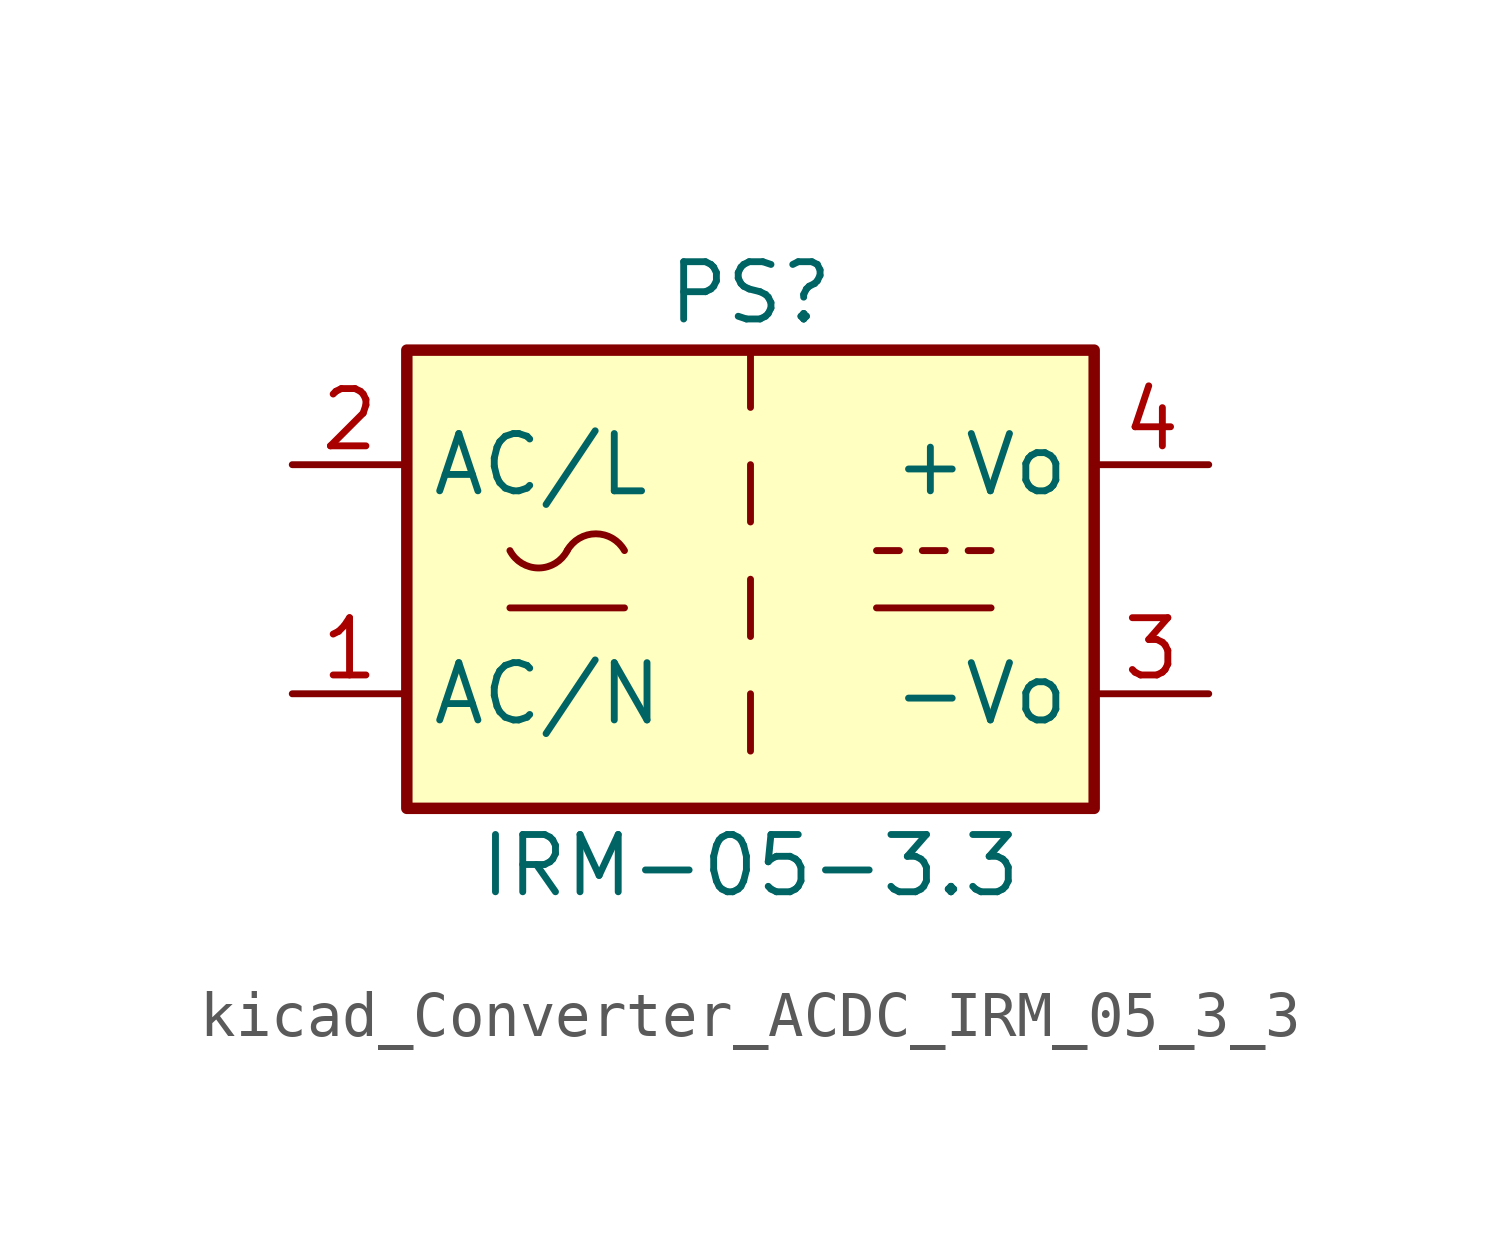
<source format=kicad_sym>
(kicad_symbol_lib
  (version 20220914)
  (generator kicad_symbol_editor)
  (symbol "kicad_Converter_ACDC_IRM_05_3_3"
    (property "Reference" "PS"
      (at 0 6.35 0)
      (effects (font (size 1.27 1.27))))
    (property "Value" "IRM-05-3.3"
      (at 0 -6.35 0)
      (effects (font (size 1.27 1.27))))
    (symbol "kicad_Converter_ACDC_IRM_05_3_3_0_1"
      (rectangle (start -7.62 5.08) (end 7.62 -5.08) (stroke (width 0.254) (type default)) (fill (type background)))
      (arc (start -5.334 0.635) (mid -4.699 0.2495) (end -4.064 0.635) (stroke (width 0) (type default)) (fill (type none)))
      (arc (start -2.794 0.635) (mid -3.429 1.0072) (end -4.064 0.635) (stroke (width 0) (type default)) (fill (type none)))
      (polyline (pts (xy -5.334 -0.635) (xy -2.794 -0.635)) (stroke (width 0) (type default)) (fill (type none)))
      (polyline (pts (xy 0 -2.54) (xy 0 -3.81)) (stroke (width 0) (type default)) (fill (type none)))
      (polyline (pts (xy 0 0) (xy 0 -1.27)) (stroke (width 0) (type default)) (fill (type none)))
      (polyline (pts (xy 0 2.54) (xy 0 1.27)) (stroke (width 0) (type default)) (fill (type none)))
      (polyline (pts (xy 0 5.08) (xy 0 3.81)) (stroke (width 0) (type default)) (fill (type none)))
      (polyline (pts (xy 2.794 -0.635) (xy 5.334 -0.635)) (stroke (width 0) (type default)) (fill (type none)))
      (polyline (pts (xy 2.794 0.635) (xy 3.302 0.635)) (stroke (width 0) (type default)) (fill (type none)))
      (polyline (pts (xy 3.81 0.635) (xy 4.318 0.635)) (stroke (width 0) (type default)) (fill (type none)))
      (polyline (pts (xy 4.826 0.635) (xy 5.334 0.635)) (stroke (width 0) (type default)) (fill (type none))))
    (symbol "kicad_Converter_ACDC_IRM_05_3_3_1_1"
      (pin power_in line (at -10.16 -2.54 0) (length 2.54) (name "AC/N" (effects (font (size 1.27 1.27)))) (number "1" (effects (font (size 1.27 1.27)))))
      (pin power_in line (at -10.16 2.54 0) (length 2.54) (name "AC/L" (effects (font (size 1.27 1.27)))) (number "2" (effects (font (size 1.27 1.27)))))
      (pin power_out line (at 10.16 -2.54 180) (length 2.54) (name "-Vo" (effects (font (size 1.27 1.27)))) (number "3" (effects (font (size 1.27 1.27)))))
      (pin power_out line (at 10.16 2.54 180) (length 2.54) (name "+Vo" (effects (font (size 1.27 1.27)))) (number "4" (effects (font (size 1.27 1.27))))))))
</source>
